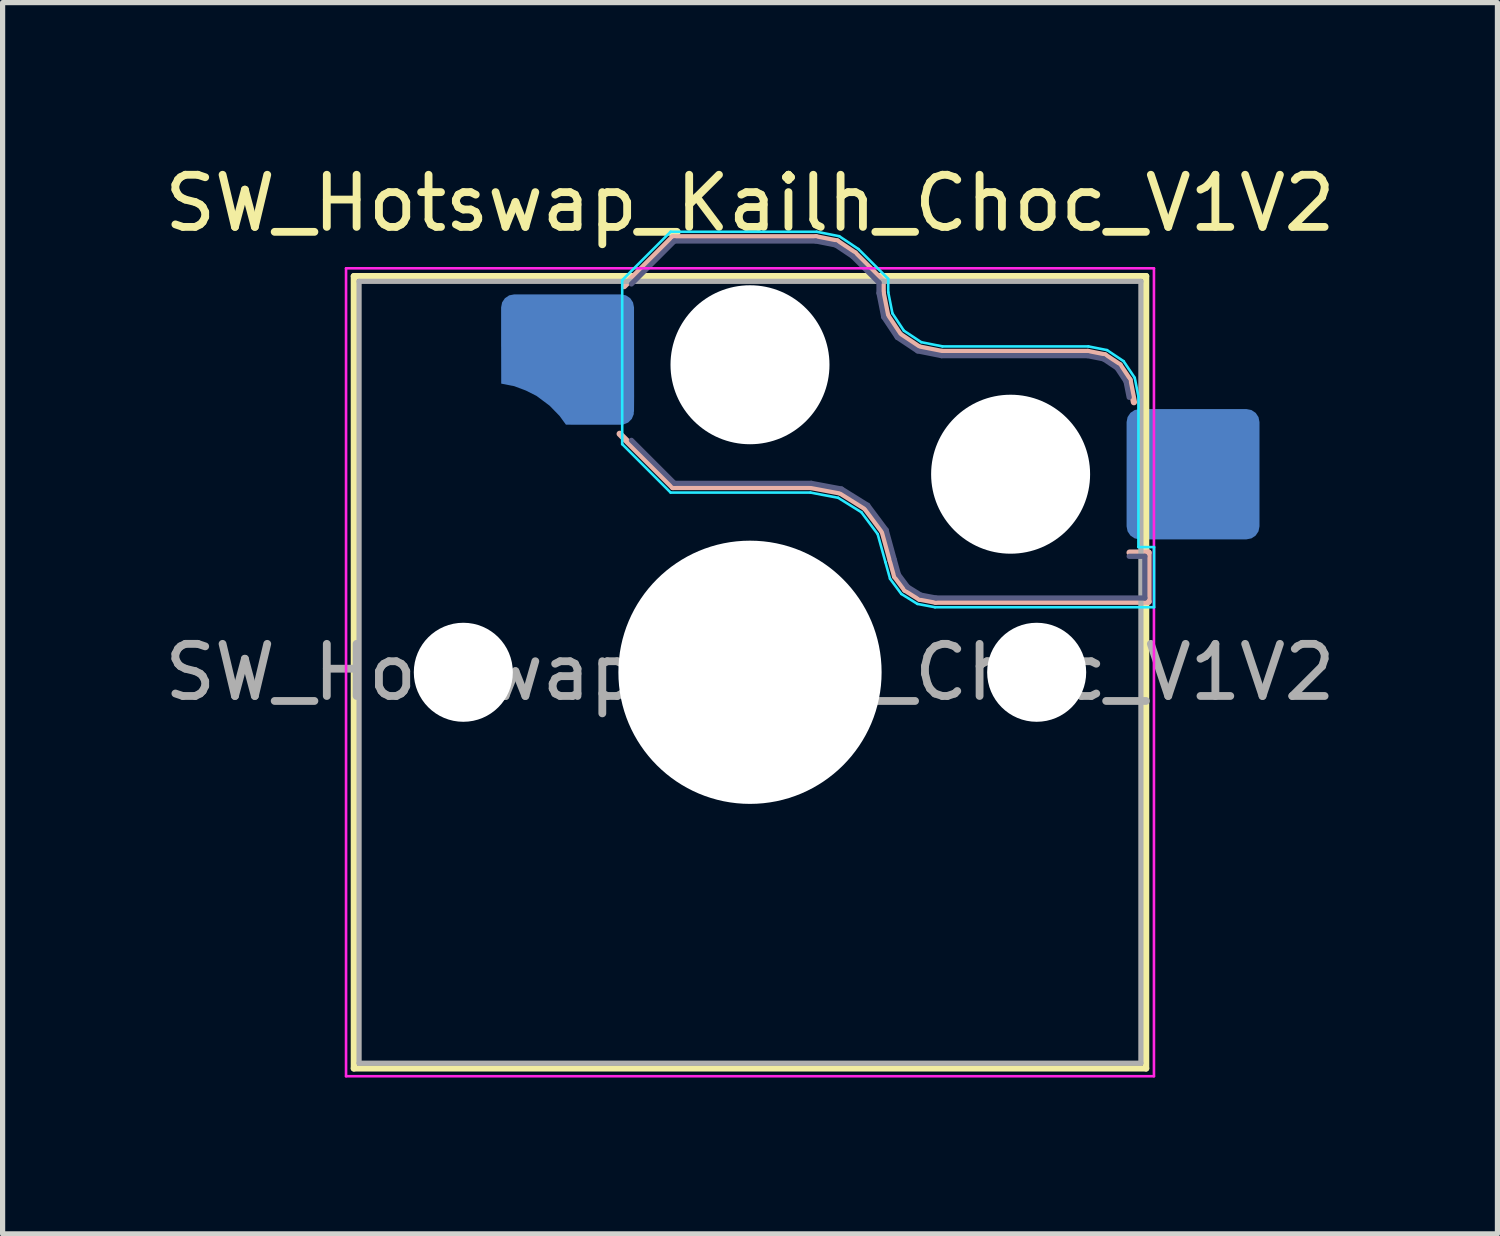
<source format=kicad_pcb>
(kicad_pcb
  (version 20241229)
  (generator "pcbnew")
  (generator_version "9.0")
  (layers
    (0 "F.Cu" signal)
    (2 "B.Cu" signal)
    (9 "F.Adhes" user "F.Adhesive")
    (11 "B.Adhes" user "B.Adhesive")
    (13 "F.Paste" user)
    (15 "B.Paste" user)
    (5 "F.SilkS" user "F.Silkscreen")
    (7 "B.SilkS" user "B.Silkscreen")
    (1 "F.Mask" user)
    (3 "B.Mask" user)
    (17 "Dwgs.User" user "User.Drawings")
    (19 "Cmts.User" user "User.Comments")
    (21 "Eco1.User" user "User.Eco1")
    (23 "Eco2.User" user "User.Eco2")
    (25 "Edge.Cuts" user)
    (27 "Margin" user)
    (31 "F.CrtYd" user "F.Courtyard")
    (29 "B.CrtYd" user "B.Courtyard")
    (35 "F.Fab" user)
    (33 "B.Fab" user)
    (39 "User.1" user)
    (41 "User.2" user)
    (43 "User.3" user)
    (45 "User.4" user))
  (footprint "SW_Hotswap_Kailh_Choc_V1V2"
    (layer "F.Cu")
    (at 11.339 9.848)
    (property "Reference" "SW_Hotswap_Kailh_Choc_V1V2" (at 0 -9 0) (layer "F.SilkS") (effects (font (size 1 1) (thickness 0.15))))
    (attr smd)
    (fp_line (start -7.6 -7.6) (end -7.6 7.6) (stroke (width 0.12) (type solid)) (layer "F.SilkS"))
    (fp_line (start -7.6 7.6) (end 7.6 7.6) (stroke (width 0.12) (type solid)) (layer "F.SilkS"))
    (fp_line (start 7.6 -7.6) (end -7.6 -7.6) (stroke (width 0.12) (type solid)) (layer "F.SilkS"))
    (fp_line (start 7.6 7.6) (end 7.6 -7.6) (stroke (width 0.12) (type solid)) (layer "F.SilkS"))
    (fp_line (start -2.416 -7.409) (end -1.479 -8.346) (stroke (width 0.12) (type solid)) (layer "B.SilkS"))
    (fp_line (start -1.479 -8.346) (end 1.268 -8.346) (stroke (width 0.12) (type solid)) (layer "B.SilkS"))
    (fp_line (start -1.479 -3.554) (end -2.5 -4.575) (stroke (width 0.12) (type solid)) (layer "B.SilkS"))
    (fp_line (start 1.168 -3.554) (end -1.479 -3.554) (stroke (width 0.12) (type solid)) (layer "B.SilkS"))
    (fp_line (start 1.268 -8.346) (end 1.671 -8.266) (stroke (width 0.12) (type solid)) (layer "B.SilkS"))
    (fp_line (start 1.671 -8.266) (end 2.013 -8.037) (stroke (width 0.12) (type solid)) (layer "B.SilkS"))
    (fp_line (start 1.73 -3.449) (end 1.168 -3.554) (stroke (width 0.12) (type solid)) (layer "B.SilkS"))
    (fp_line (start 2.013 -8.037) (end 2.546 -7.504) (stroke (width 0.12) (type solid)) (layer "B.SilkS"))
    (fp_line (start 2.209 -3.15) (end 1.73 -3.449) (stroke (width 0.12) (type solid)) (layer "B.SilkS"))
    (fp_line (start 2.546 -7.504) (end 2.546 -7.282) (stroke (width 0.12) (type solid)) (layer "B.SilkS"))
    (fp_line (start 2.546 -7.282) (end 2.633 -6.844) (stroke (width 0.12) (type solid)) (layer "B.SilkS"))
    (fp_line (start 2.547 -2.697) (end 2.209 -3.15) (stroke (width 0.12) (type solid)) (layer "B.SilkS"))
    (fp_line (start 2.633 -6.844) (end 2.877 -6.477) (stroke (width 0.12) (type solid)) (layer "B.SilkS"))
    (fp_line (start 2.701 -2.139) (end 2.547 -2.697) (stroke (width 0.12) (type solid)) (layer "B.SilkS"))
    (fp_line (start 2.783 -1.841) (end 2.701 -2.139) (stroke (width 0.12) (type solid)) (layer "B.SilkS"))
    (fp_line (start 2.877 -6.477) (end 3.244 -6.233) (stroke (width 0.12) (type solid)) (layer "B.SilkS"))
    (fp_line (start 2.976 -1.583) (end 2.783 -1.841) (stroke (width 0.12) (type solid)) (layer "B.SilkS"))
    (fp_line (start 3.244 -6.233) (end 3.682 -6.146) (stroke (width 0.12) (type solid)) (layer "B.SilkS"))
    (fp_line (start 3.25 -1.413) (end 2.976 -1.583) (stroke (width 0.12) (type solid)) (layer "B.SilkS"))
    (fp_line (start 3.56 -1.354) (end 3.25 -1.413) (stroke (width 0.12) (type solid)) (layer "B.SilkS"))
    (fp_line (start 3.682 -6.146) (end 6.482 -6.146) (stroke (width 0.12) (type solid)) (layer "B.SilkS"))
    (fp_line (start 6.482 -6.146) (end 6.809 -6.081) (stroke (width 0.12) (type solid)) (layer "B.SilkS"))
    (fp_line (start 6.809 -6.081) (end 7.092 -5.892) (stroke (width 0.12) (type solid)) (layer "B.SilkS"))
    (fp_line (start 7.092 -5.892) (end 7.281 -5.609) (stroke (width 0.12) (type solid)) (layer "B.SilkS"))
    (fp_line (start 7.281 -5.609) (end 7.366 -5.182) (stroke (width 0.12) (type solid)) (layer "B.SilkS"))
    (fp_line (start 7.283 -2.296) (end 7.646 -2.296) (stroke (width 0.12) (type solid)) (layer "B.SilkS"))
    (fp_line (start 7.646 -2.296) (end 7.646 -1.354) (stroke (width 0.12) (type solid)) (layer "B.SilkS"))
    (fp_line (start 7.646 -1.354) (end 3.56 -1.354) (stroke (width 0.12) (type solid)) (layer "B.SilkS"))
    (fp_line (start -7.25 -7.25) (end -7.25 7.25) (stroke (width 0.1) (type solid)) (layer "Eco1.User"))
    (fp_line (start -7.25 7.25) (end 7.25 7.25) (stroke (width 0.1) (type solid)) (layer "Eco1.User"))
    (fp_line (start 7.25 -7.25) (end -7.25 -7.25) (stroke (width 0.1) (type solid)) (layer "Eco1.User"))
    (fp_line (start 7.25 7.25) (end 7.25 -7.25) (stroke (width 0.1) (type solid)) (layer "Eco1.User"))
    (fp_line (start -2.452 -7.523) (end -1.523 -8.452) (stroke (width 0.05) (type solid)) (layer "B.CrtYd"))
    (fp_line (start -2.452 -4.377) (end -2.452 -7.523) (stroke (width 0.05) (type solid)) (layer "B.CrtYd"))
    (fp_line (start -1.523 -8.452) (end 1.278 -8.452) (stroke (width 0.05) (type solid)) (layer "B.CrtYd"))
    (fp_line (start -1.523 -3.448) (end -2.452 -4.377) (stroke (width 0.05) (type solid)) (layer "B.CrtYd"))
    (fp_line (start 1.159 -3.448) (end -1.523 -3.448) (stroke (width 0.05) (type solid)) (layer "B.CrtYd"))
    (fp_line (start 1.278 -8.452) (end 1.712 -8.366) (stroke (width 0.05) (type solid)) (layer "B.CrtYd"))
    (fp_line (start 1.691 -3.348) (end 1.159 -3.448) (stroke (width 0.05) (type solid)) (layer "B.CrtYd"))
    (fp_line (start 1.712 -8.366) (end 2.081 -8.119) (stroke (width 0.05) (type solid)) (layer "B.CrtYd"))
    (fp_line (start 2.081 -8.119) (end 2.652 -7.548) (stroke (width 0.05) (type solid)) (layer "B.CrtYd"))
    (fp_line (start 2.136 -3.071) (end 1.691 -3.348) (stroke (width 0.05) (type solid)) (layer "B.CrtYd"))
    (fp_line (start 2.45 -2.65) (end 2.136 -3.071) (stroke (width 0.05) (type solid)) (layer "B.CrtYd"))
    (fp_line (start 2.599 -2.111) (end 2.45 -2.65) (stroke (width 0.05) (type solid)) (layer "B.CrtYd"))
    (fp_line (start 2.652 -7.548) (end 2.652 -7.292) (stroke (width 0.05) (type solid)) (layer "B.CrtYd"))
    (fp_line (start 2.652 -7.292) (end 2.733 -6.885) (stroke (width 0.05) (type solid)) (layer "B.CrtYd"))
    (fp_line (start 2.687 -1.794) (end 2.599 -2.111) (stroke (width 0.05) (type solid)) (layer "B.CrtYd"))
    (fp_line (start 2.733 -6.885) (end 2.953 -6.553) (stroke (width 0.05) (type solid)) (layer "B.CrtYd"))
    (fp_line (start 2.903 -1.503) (end 2.687 -1.794) (stroke (width 0.05) (type solid)) (layer "B.CrtYd"))
    (fp_line (start 2.953 -6.553) (end 3.285 -6.333) (stroke (width 0.05) (type solid)) (layer "B.CrtYd"))
    (fp_line (start 3.211 -1.312) (end 2.903 -1.503) (stroke (width 0.05) (type solid)) (layer "B.CrtYd"))
    (fp_line (start 3.285 -6.333) (end 3.692 -6.252) (stroke (width 0.05) (type solid)) (layer "B.CrtYd"))
    (fp_line (start 3.55 -1.248) (end 3.211 -1.312) (stroke (width 0.05) (type solid)) (layer "B.CrtYd"))
    (fp_line (start 3.692 -6.252) (end 6.492 -6.252) (stroke (width 0.05) (type solid)) (layer "B.CrtYd"))
    (fp_line (start 6.492 -6.252) (end 6.85 -6.181) (stroke (width 0.05) (type solid)) (layer "B.CrtYd"))
    (fp_line (start 6.85 -6.181) (end 7.168 -5.968) (stroke (width 0.05) (type solid)) (layer "B.CrtYd"))
    (fp_line (start 7.168 -5.968) (end 7.381 -5.65) (stroke (width 0.05) (type solid)) (layer "B.CrtYd"))
    (fp_line (start 7.381 -5.65) (end 7.452 -5.292) (stroke (width 0.05) (type solid)) (layer "B.CrtYd"))
    (fp_line (start 7.452 -5.292) (end 7.452 -2.402) (stroke (width 0.05) (type solid)) (layer "B.CrtYd"))
    (fp_line (start 7.452 -2.402) (end 7.752 -2.402) (stroke (width 0.05) (type solid)) (layer "B.CrtYd"))
    (fp_line (start 7.752 -2.402) (end 7.752 -1.248) (stroke (width 0.05) (type solid)) (layer "B.CrtYd"))
    (fp_line (start 7.752 -1.248) (end 3.55 -1.248) (stroke (width 0.05) (type solid)) (layer "B.CrtYd"))
    (fp_line (start -7.75 -7.75) (end -7.75 7.75) (stroke (width 0.05) (type solid)) (layer "F.CrtYd"))
    (fp_line (start -7.75 7.75) (end 7.75 7.75) (stroke (width 0.05) (type solid)) (layer "F.CrtYd"))
    (fp_line (start 7.75 -7.75) (end -7.75 -7.75) (stroke (width 0.05) (type solid)) (layer "F.CrtYd"))
    (fp_line (start 7.75 7.75) (end 7.75 -7.75) (stroke (width 0.05) (type solid)) (layer "F.CrtYd"))
    (fp_line (start -2.275 -7.45) (end -1.45 -8.275) (stroke (width 0.1) (type solid)) (layer "B.Fab"))
    (fp_line (start -1.45 -8.275) (end 1.261 -8.275) (stroke (width 0.1) (type solid)) (layer "B.Fab"))
    (fp_line (start -1.45 -3.625) (end -2.275 -4.45) (stroke (width 0.1) (type solid)) (layer "B.Fab"))
    (fp_line (start 1.175 -3.625) (end -1.45 -3.625) (stroke (width 0.1) (type solid)) (layer "B.Fab"))
    (fp_line (start 1.261 -8.275) (end 1.643 -8.199) (stroke (width 0.1) (type solid)) (layer "B.Fab"))
    (fp_line (start 1.643 -8.199) (end 1.968 -7.982) (stroke (width 0.1) (type solid)) (layer "B.Fab"))
    (fp_line (start 1.756 -3.516) (end 1.175 -3.625) (stroke (width 0.1) (type solid)) (layer "B.Fab"))
    (fp_line (start 1.968 -7.982) (end 2.475 -7.475) (stroke (width 0.1) (type solid)) (layer "B.Fab"))
    (fp_line (start 2.258 -3.203) (end 1.756 -3.516) (stroke (width 0.1) (type solid)) (layer "B.Fab"))
    (fp_line (start 2.475 -7.475) (end 2.475 -7.275) (stroke (width 0.1) (type solid)) (layer "B.Fab"))
    (fp_line (start 2.475 -7.275) (end 2.566 -6.816) (stroke (width 0.1) (type solid)) (layer "B.Fab"))
    (fp_line (start 2.566 -6.816) (end 2.826 -6.426) (stroke (width 0.1) (type solid)) (layer "B.Fab"))
    (fp_line (start 2.612 -2.729) (end 2.258 -3.203) (stroke (width 0.1) (type solid)) (layer "B.Fab"))
    (fp_line (start 2.769 -2.158) (end 2.612 -2.729) (stroke (width 0.1) (type solid)) (layer "B.Fab"))
    (fp_line (start 2.826 -6.426) (end 3.216 -6.166) (stroke (width 0.1) (type solid)) (layer "B.Fab"))
    (fp_line (start 2.848 -1.873) (end 2.769 -2.158) (stroke (width 0.1) (type solid)) (layer "B.Fab"))
    (fp_line (start 3.025 -1.636) (end 2.848 -1.873) (stroke (width 0.1) (type solid)) (layer "B.Fab"))
    (fp_line (start 3.216 -6.166) (end 3.675 -6.075) (stroke (width 0.1) (type solid)) (layer "B.Fab"))
    (fp_line (start 3.276 -1.48) (end 3.025 -1.636) (stroke (width 0.1) (type solid)) (layer "B.Fab"))
    (fp_line (start 3.567 -1.425) (end 3.276 -1.48) (stroke (width 0.1) (type solid)) (layer "B.Fab"))
    (fp_line (start 3.675 -6.075) (end 6.475 -6.075) (stroke (width 0.1) (type solid)) (layer "B.Fab"))
    (fp_line (start 6.475 -6.075) (end 6.781 -6.014) (stroke (width 0.1) (type solid)) (layer "B.Fab"))
    (fp_line (start 6.781 -6.014) (end 7.041 -5.841) (stroke (width 0.1) (type solid)) (layer "B.Fab"))
    (fp_line (start 7.041 -5.841) (end 7.214 -5.581) (stroke (width 0.1) (type solid)) (layer "B.Fab"))
    (fp_line (start 7.214 -5.581) (end 7.275 -5.275) (stroke (width 0.1) (type solid)) (layer "B.Fab"))
    (fp_line (start 7.275 -2.225) (end 7.575 -2.225) (stroke (width 0.1) (type solid)) (layer "B.Fab"))
    (fp_line (start 7.575 -2.225) (end 7.575 -1.425) (stroke (width 0.1) (type solid)) (layer "B.Fab"))
    (fp_line (start 7.575 -1.425) (end 3.567 -1.425) (stroke (width 0.1) (type solid)) (layer "B.Fab"))
    (fp_line (start -7.5 -7.5) (end -7.5 7.5) (stroke (width 0.1) (type solid)) (layer "F.Fab"))
    (fp_line (start -7.5 7.5) (end 7.5 7.5) (stroke (width 0.1) (type solid)) (layer "F.Fab"))
    (fp_line (start 7.5 -7.5) (end -7.5 -7.5) (stroke (width 0.1) (type solid)) (layer "F.Fab"))
    (fp_line (start 7.5 7.5) (end 7.5 -7.5) (stroke (width 0.1) (type solid)) (layer "F.Fab"))
    (fp_text user "${REFERENCE}" (at 0 0 0) (layer "F.Fab") (effects (font (size 1 1) (thickness 0.15))))
    (pad "" np_thru_hole circle (at -5.5 0) (size 1.9 1.9) (drill 1.9) (layers "*.Cu" "*.Mask"))
    (pad "" np_thru_hole circle (at 0 -5.9) (size 3.05 3.05) (drill 3.05) (layers "*.Cu" "*.Mask"))
    (pad "" np_thru_hole circle (at 0 0) (size 5.05 5.05) (drill 5.05) (layers "*.Cu" "*.Mask"))
    (pad "" np_thru_hole circle (at 5 -3.8) (size 3.05 3.05) (drill 3.05) (layers "*.Cu" "*.Mask"))
    (pad "" np_thru_hole circle (at 5.5 0) (size 1.9 1.9) (drill 1.9) (layers "*.Cu" "*.Mask"))
    (pad "1" smd custom (at -3.5 -6.625) (size 1.25 1.25) (layers "B.Cu" "B.Mask" "B.Paste") (options (anchor circle)) (primitives (gr_poly (pts (xy 1.275 -0.375) (xy 1.277 1.341) (xy 0.935 1.789) (xy -0.345 1.51) (xy -1.202 -0.552)) (width 0) (fill yes)) (gr_poly (pts (xy -1.275 0) (xy -1.273 1.087) (xy -1.023 1.136) (xy -0.797 1.221) (xy -0.595 1.323) (xy -0.345 1.51) (xy -0.154 1.706) (xy -0.069 1.823) (xy -0.031 1.875) (xy 0 1.875) (xy 0.365 1.874) (xy 0.462 0.04)) (width 0) (fill yes)) (gr_poly (pts (xy -1.275 -0.375) (xy -1.256 -0.471) (xy -1.202 -0.552) (xy -1.121 -0.606) (xy -1.025 -0.625) (xy 1.025 -0.625) (xy 1.121 -0.606) (xy 1.202 -0.552) (xy 1.256 -0.471) (xy 1.275 -0.375) (xy 1.275 0.375) (xy 1.256 0.471) (xy 1.202 0.552) (xy 1.121 0.606) (xy 1.025 0.625) (xy -1.025 0.625) (xy -1.121 0.606) (xy -1.202 0.552) (xy -1.256 0.471) (xy -1.275 0.375)) (width 0) (fill yes)) (gr_poly (pts (xy -0.031 1.875) (xy 1.023 1.876) (xy 1.275 1.624) (xy 1.277 1.341) (xy -0.105 -0.388)) (width 0) (fill yes)) (gr_circle (center 1.023 1.624) (end 1.275 1.624) (width 0) (fill yes))))
    (pad "2" smd roundrect (at 8.5 -3.8) (size 2.55 2.5) (layers "B.Cu" "B.Mask" "B.Paste") (roundrect_rratio 0.1)))
  (gr_rect
    (start -3 -3)
    (end 25.679 20.623)
    (stroke (width 0.1) (type default))
    (fill no)
    (layer "Edge.Cuts")))
</source>
